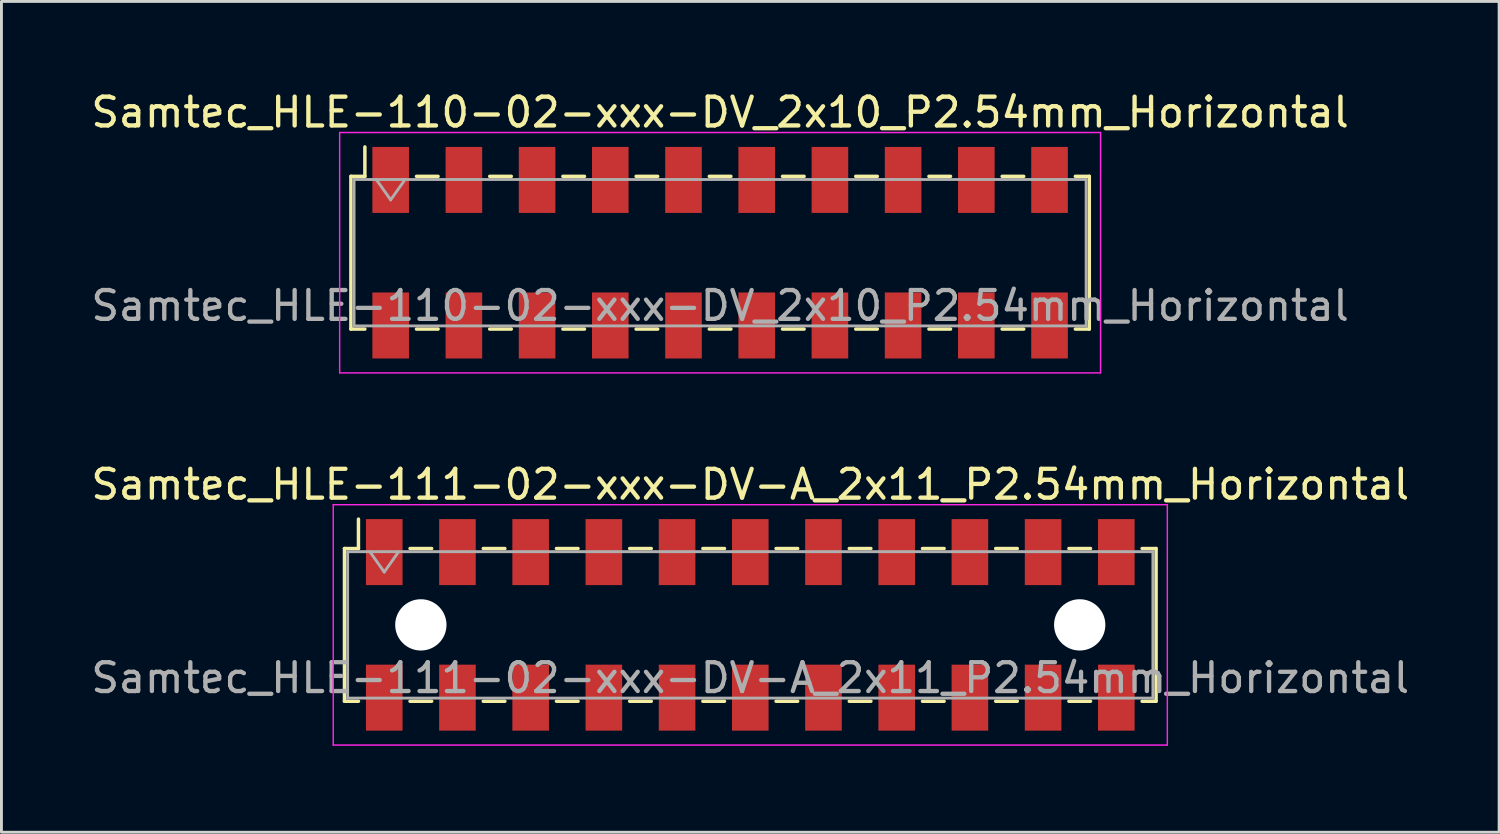
<source format=kicad_pcb>
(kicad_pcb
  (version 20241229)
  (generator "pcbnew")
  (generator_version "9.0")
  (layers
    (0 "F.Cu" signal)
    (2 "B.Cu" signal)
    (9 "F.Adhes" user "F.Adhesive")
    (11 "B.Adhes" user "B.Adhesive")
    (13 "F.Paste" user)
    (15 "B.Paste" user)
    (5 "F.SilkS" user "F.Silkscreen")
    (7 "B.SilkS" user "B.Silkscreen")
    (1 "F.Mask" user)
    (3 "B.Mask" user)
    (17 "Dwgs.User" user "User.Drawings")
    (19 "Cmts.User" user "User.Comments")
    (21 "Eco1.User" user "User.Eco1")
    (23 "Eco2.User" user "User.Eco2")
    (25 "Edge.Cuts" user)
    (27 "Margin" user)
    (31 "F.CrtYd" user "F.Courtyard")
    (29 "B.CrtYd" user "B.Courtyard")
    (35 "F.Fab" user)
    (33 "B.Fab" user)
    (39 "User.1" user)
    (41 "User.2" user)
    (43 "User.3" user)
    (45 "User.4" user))
  (footprint "Samtec_HLE-110-02-xxx-DV_2x10_P2.54mm_Horizontal"
    (layer "F.Cu")
    (at 21.935 5.718)
    (property "Reference" "Samtec_HLE-110-02-xxx-DV_2x10_P2.54mm_Horizontal" (at 0 -4.87 0) (layer "F.SilkS") (effects (font (size 1 1) (thickness 0.15))))
    (attr smd)
    (fp_line (start -12.81 -2.65) (end -12.81 2.65) (stroke (width 0.12) (type solid)) (layer "F.SilkS"))
    (fp_line (start -12.81 2.65) (end -12.325 2.65) (stroke (width 0.12) (type solid)) (layer "F.SilkS"))
    (fp_line (start -12.325 -3.67) (end -12.325 -2.65) (stroke (width 0.12) (type solid)) (layer "F.SilkS"))
    (fp_line (start -12.325 -2.65) (end -12.81 -2.65) (stroke (width 0.12) (type solid)) (layer "F.SilkS"))
    (fp_line (start -10.535 -2.65) (end -9.785 -2.65) (stroke (width 0.12) (type solid)) (layer "F.SilkS"))
    (fp_line (start -10.535 2.65) (end -9.785 2.65) (stroke (width 0.12) (type solid)) (layer "F.SilkS"))
    (fp_line (start -7.995 -2.65) (end -7.245 -2.65) (stroke (width 0.12) (type solid)) (layer "F.SilkS"))
    (fp_line (start -7.995 2.65) (end -7.245 2.65) (stroke (width 0.12) (type solid)) (layer "F.SilkS"))
    (fp_line (start -5.455 -2.65) (end -4.705 -2.65) (stroke (width 0.12) (type solid)) (layer "F.SilkS"))
    (fp_line (start -5.455 2.65) (end -4.705 2.65) (stroke (width 0.12) (type solid)) (layer "F.SilkS"))
    (fp_line (start -2.915 -2.65) (end -2.165 -2.65) (stroke (width 0.12) (type solid)) (layer "F.SilkS"))
    (fp_line (start -2.915 2.65) (end -2.165 2.65) (stroke (width 0.12) (type solid)) (layer "F.SilkS"))
    (fp_line (start -0.375 -2.65) (end 0.375 -2.65) (stroke (width 0.12) (type solid)) (layer "F.SilkS"))
    (fp_line (start -0.375 2.65) (end 0.375 2.65) (stroke (width 0.12) (type solid)) (layer "F.SilkS"))
    (fp_line (start 2.165 -2.65) (end 2.915 -2.65) (stroke (width 0.12) (type solid)) (layer "F.SilkS"))
    (fp_line (start 2.165 2.65) (end 2.915 2.65) (stroke (width 0.12) (type solid)) (layer "F.SilkS"))
    (fp_line (start 4.705 -2.65) (end 5.455 -2.65) (stroke (width 0.12) (type solid)) (layer "F.SilkS"))
    (fp_line (start 4.705 2.65) (end 5.455 2.65) (stroke (width 0.12) (type solid)) (layer "F.SilkS"))
    (fp_line (start 7.245 -2.65) (end 7.995 -2.65) (stroke (width 0.12) (type solid)) (layer "F.SilkS"))
    (fp_line (start 7.245 2.65) (end 7.995 2.65) (stroke (width 0.12) (type solid)) (layer "F.SilkS"))
    (fp_line (start 9.785 -2.65) (end 10.535 -2.65) (stroke (width 0.12) (type solid)) (layer "F.SilkS"))
    (fp_line (start 9.785 2.65) (end 10.535 2.65) (stroke (width 0.12) (type solid)) (layer "F.SilkS"))
    (fp_line (start 12.325 -2.65) (end 12.81 -2.65) (stroke (width 0.12) (type solid)) (layer "F.SilkS"))
    (fp_line (start 12.81 -2.65) (end 12.81 2.65) (stroke (width 0.12) (type solid)) (layer "F.SilkS"))
    (fp_line (start 12.81 2.65) (end 12.325 2.65) (stroke (width 0.12) (type solid)) (layer "F.SilkS"))
    (fp_line (start -13.2 -4.17) (end 13.2 -4.17) (stroke (width 0.05) (type solid)) (layer "F.CrtYd"))
    (fp_line (start -13.2 4.17) (end -13.2 -4.17) (stroke (width 0.05) (type solid)) (layer "F.CrtYd"))
    (fp_line (start 13.2 -4.17) (end 13.2 4.17) (stroke (width 0.05) (type solid)) (layer "F.CrtYd"))
    (fp_line (start 13.2 4.17) (end -13.2 4.17) (stroke (width 0.05) (type solid)) (layer "F.CrtYd"))
    (fp_line (start -12.7 -2.54) (end 12.7 -2.54) (stroke (width 0.1) (type solid)) (layer "F.Fab"))
    (fp_line (start -12.7 2.54) (end -12.7 -2.54) (stroke (width 0.1) (type solid)) (layer "F.Fab"))
    (fp_line (start -11.93 -2.54) (end -11.43 -1.833) (stroke (width 0.1) (type solid)) (layer "F.Fab"))
    (fp_line (start -11.43 -1.833) (end -10.93 -2.54) (stroke (width 0.1) (type solid)) (layer "F.Fab"))
    (fp_line (start 12.7 -2.54) (end 12.7 2.54) (stroke (width 0.1) (type solid)) (layer "F.Fab"))
    (fp_line (start 12.7 2.54) (end -12.7 2.54) (stroke (width 0.1) (type solid)) (layer "F.Fab"))
    (fp_text user "${REFERENCE}" (at 0 1.84 0) (layer "F.Fab") (effects (font (size 1 1) (thickness 0.15))))
    (pad "1" smd rect (at -11.43 -2.525) (size 1.27 2.29) (layers "F.Cu" "F.Mask" "F.Paste"))
    (pad "2" smd rect (at -11.43 2.525) (size 1.27 2.29) (layers "F.Cu" "F.Mask" "F.Paste"))
    (pad "3" smd rect (at -8.89 -2.525) (size 1.27 2.29) (layers "F.Cu" "F.Mask" "F.Paste"))
    (pad "4" smd rect (at -8.89 2.525) (size 1.27 2.29) (layers "F.Cu" "F.Mask" "F.Paste"))
    (pad "5" smd rect (at -6.35 -2.525) (size 1.27 2.29) (layers "F.Cu" "F.Mask" "F.Paste"))
    (pad "6" smd rect (at -6.35 2.525) (size 1.27 2.29) (layers "F.Cu" "F.Mask" "F.Paste"))
    (pad "7" smd rect (at -3.81 -2.525) (size 1.27 2.29) (layers "F.Cu" "F.Mask" "F.Paste"))
    (pad "8" smd rect (at -3.81 2.525) (size 1.27 2.29) (layers "F.Cu" "F.Mask" "F.Paste"))
    (pad "9" smd rect (at -1.27 -2.525) (size 1.27 2.29) (layers "F.Cu" "F.Mask" "F.Paste"))
    (pad "10" smd rect (at -1.27 2.525) (size 1.27 2.29) (layers "F.Cu" "F.Mask" "F.Paste"))
    (pad "11" smd rect (at 1.27 -2.525) (size 1.27 2.29) (layers "F.Cu" "F.Mask" "F.Paste"))
    (pad "12" smd rect (at 1.27 2.525) (size 1.27 2.29) (layers "F.Cu" "F.Mask" "F.Paste"))
    (pad "13" smd rect (at 3.81 -2.525) (size 1.27 2.29) (layers "F.Cu" "F.Mask" "F.Paste"))
    (pad "14" smd rect (at 3.81 2.525) (size 1.27 2.29) (layers "F.Cu" "F.Mask" "F.Paste"))
    (pad "15" smd rect (at 6.35 -2.525) (size 1.27 2.29) (layers "F.Cu" "F.Mask" "F.Paste"))
    (pad "16" smd rect (at 6.35 2.525) (size 1.27 2.29) (layers "F.Cu" "F.Mask" "F.Paste"))
    (pad "17" smd rect (at 8.89 -2.525) (size 1.27 2.29) (layers "F.Cu" "F.Mask" "F.Paste"))
    (pad "18" smd rect (at 8.89 2.525) (size 1.27 2.29) (layers "F.Cu" "F.Mask" "F.Paste"))
    (pad "19" smd rect (at 11.43 -2.525) (size 1.27 2.29) (layers "F.Cu" "F.Mask" "F.Paste"))
    (pad "20" smd rect (at 11.43 2.525) (size 1.27 2.29) (layers "F.Cu" "F.Mask" "F.Paste")))
  (footprint "Samtec_HLE-111-02-xxx-DV-A_2x11_P2.54mm_Horizontal"
    (layer "F.Cu")
    (at 22.982 18.631)
    (property "Reference" "Samtec_HLE-111-02-xxx-DV-A_2x11_P2.54mm_Horizontal" (at 0 -4.87 0) (layer "F.SilkS") (effects (font (size 1 1) (thickness 0.15))))
    (attr smd)
    (fp_line (start -14.08 -2.65) (end -14.08 2.65) (stroke (width 0.12) (type solid)) (layer "F.SilkS"))
    (fp_line (start -14.08 2.65) (end -13.595 2.65) (stroke (width 0.12) (type solid)) (layer "F.SilkS"))
    (fp_line (start -13.595 -3.67) (end -13.595 -2.65) (stroke (width 0.12) (type solid)) (layer "F.SilkS"))
    (fp_line (start -13.595 -2.65) (end -14.08 -2.65) (stroke (width 0.12) (type solid)) (layer "F.SilkS"))
    (fp_line (start -11.805 -2.65) (end -11.055 -2.65) (stroke (width 0.12) (type solid)) (layer "F.SilkS"))
    (fp_line (start -11.805 2.65) (end -11.055 2.65) (stroke (width 0.12) (type solid)) (layer "F.SilkS"))
    (fp_line (start -9.265 -2.65) (end -8.515 -2.65) (stroke (width 0.12) (type solid)) (layer "F.SilkS"))
    (fp_line (start -9.265 2.65) (end -8.515 2.65) (stroke (width 0.12) (type solid)) (layer "F.SilkS"))
    (fp_line (start -6.725 -2.65) (end -5.975 -2.65) (stroke (width 0.12) (type solid)) (layer "F.SilkS"))
    (fp_line (start -6.725 2.65) (end -5.975 2.65) (stroke (width 0.12) (type solid)) (layer "F.SilkS"))
    (fp_line (start -4.185 -2.65) (end -3.435 -2.65) (stroke (width 0.12) (type solid)) (layer "F.SilkS"))
    (fp_line (start -4.185 2.65) (end -3.435 2.65) (stroke (width 0.12) (type solid)) (layer "F.SilkS"))
    (fp_line (start -1.645 -2.65) (end -0.895 -2.65) (stroke (width 0.12) (type solid)) (layer "F.SilkS"))
    (fp_line (start -1.645 2.65) (end -0.895 2.65) (stroke (width 0.12) (type solid)) (layer "F.SilkS"))
    (fp_line (start 0.895 -2.65) (end 1.645 -2.65) (stroke (width 0.12) (type solid)) (layer "F.SilkS"))
    (fp_line (start 0.895 2.65) (end 1.645 2.65) (stroke (width 0.12) (type solid)) (layer "F.SilkS"))
    (fp_line (start 3.435 -2.65) (end 4.185 -2.65) (stroke (width 0.12) (type solid)) (layer "F.SilkS"))
    (fp_line (start 3.435 2.65) (end 4.185 2.65) (stroke (width 0.12) (type solid)) (layer "F.SilkS"))
    (fp_line (start 5.975 -2.65) (end 6.725 -2.65) (stroke (width 0.12) (type solid)) (layer "F.SilkS"))
    (fp_line (start 5.975 2.65) (end 6.725 2.65) (stroke (width 0.12) (type solid)) (layer "F.SilkS"))
    (fp_line (start 8.515 -2.65) (end 9.265 -2.65) (stroke (width 0.12) (type solid)) (layer "F.SilkS"))
    (fp_line (start 8.515 2.65) (end 9.265 2.65) (stroke (width 0.12) (type solid)) (layer "F.SilkS"))
    (fp_line (start 11.055 -2.65) (end 11.805 -2.65) (stroke (width 0.12) (type solid)) (layer "F.SilkS"))
    (fp_line (start 11.055 2.65) (end 11.805 2.65) (stroke (width 0.12) (type solid)) (layer "F.SilkS"))
    (fp_line (start 13.595 -2.65) (end 14.08 -2.65) (stroke (width 0.12) (type solid)) (layer "F.SilkS"))
    (fp_line (start 14.08 -2.65) (end 14.08 2.65) (stroke (width 0.12) (type solid)) (layer "F.SilkS"))
    (fp_line (start 14.08 2.65) (end 13.595 2.65) (stroke (width 0.12) (type solid)) (layer "F.SilkS"))
    (fp_line (start -14.47 -4.17) (end 14.47 -4.17) (stroke (width 0.05) (type solid)) (layer "F.CrtYd"))
    (fp_line (start -14.47 4.17) (end -14.47 -4.17) (stroke (width 0.05) (type solid)) (layer "F.CrtYd"))
    (fp_line (start 14.47 -4.17) (end 14.47 4.17) (stroke (width 0.05) (type solid)) (layer "F.CrtYd"))
    (fp_line (start 14.47 4.17) (end -14.47 4.17) (stroke (width 0.05) (type solid)) (layer "F.CrtYd"))
    (fp_line (start -13.97 -2.54) (end 13.97 -2.54) (stroke (width 0.1) (type solid)) (layer "F.Fab"))
    (fp_line (start -13.97 2.54) (end -13.97 -2.54) (stroke (width 0.1) (type solid)) (layer "F.Fab"))
    (fp_line (start -13.2 -2.54) (end -12.7 -1.833) (stroke (width 0.1) (type solid)) (layer "F.Fab"))
    (fp_line (start -12.7 -1.833) (end -12.2 -2.54) (stroke (width 0.1) (type solid)) (layer "F.Fab"))
    (fp_line (start 13.97 -2.54) (end 13.97 2.54) (stroke (width 0.1) (type solid)) (layer "F.Fab"))
    (fp_line (start 13.97 2.54) (end -13.97 2.54) (stroke (width 0.1) (type solid)) (layer "F.Fab"))
    (fp_text user "${REFERENCE}" (at 0 1.84 0) (layer "F.Fab") (effects (font (size 1 1) (thickness 0.15))))
    (pad "" np_thru_hole circle (at -11.43 0) (size 1.78 1.78) (drill 1.78) (layers "*.Cu" "*.Mask"))
    (pad "" np_thru_hole circle (at 11.43 0) (size 1.78 1.78) (drill 1.78) (layers "*.Cu" "*.Mask"))
    (pad "1" smd rect (at -12.7 -2.525) (size 1.27 2.29) (layers "F.Cu" "F.Mask" "F.Paste"))
    (pad "2" smd rect (at -12.7 2.525) (size 1.27 2.29) (layers "F.Cu" "F.Mask" "F.Paste"))
    (pad "3" smd rect (at -10.16 -2.525) (size 1.27 2.29) (layers "F.Cu" "F.Mask" "F.Paste"))
    (pad "4" smd rect (at -10.16 2.525) (size 1.27 2.29) (layers "F.Cu" "F.Mask" "F.Paste"))
    (pad "5" smd rect (at -7.62 -2.525) (size 1.27 2.29) (layers "F.Cu" "F.Mask" "F.Paste"))
    (pad "6" smd rect (at -7.62 2.525) (size 1.27 2.29) (layers "F.Cu" "F.Mask" "F.Paste"))
    (pad "7" smd rect (at -5.08 -2.525) (size 1.27 2.29) (layers "F.Cu" "F.Mask" "F.Paste"))
    (pad "8" smd rect (at -5.08 2.525) (size 1.27 2.29) (layers "F.Cu" "F.Mask" "F.Paste"))
    (pad "9" smd rect (at -2.54 -2.525) (size 1.27 2.29) (layers "F.Cu" "F.Mask" "F.Paste"))
    (pad "10" smd rect (at -2.54 2.525) (size 1.27 2.29) (layers "F.Cu" "F.Mask" "F.Paste"))
    (pad "11" smd rect (at 0 -2.525) (size 1.27 2.29) (layers "F.Cu" "F.Mask" "F.Paste"))
    (pad "12" smd rect (at 0 2.525) (size 1.27 2.29) (layers "F.Cu" "F.Mask" "F.Paste"))
    (pad "13" smd rect (at 2.54 -2.525) (size 1.27 2.29) (layers "F.Cu" "F.Mask" "F.Paste"))
    (pad "14" smd rect (at 2.54 2.525) (size 1.27 2.29) (layers "F.Cu" "F.Mask" "F.Paste"))
    (pad "15" smd rect (at 5.08 -2.525) (size 1.27 2.29) (layers "F.Cu" "F.Mask" "F.Paste"))
    (pad "16" smd rect (at 5.08 2.525) (size 1.27 2.29) (layers "F.Cu" "F.Mask" "F.Paste"))
    (pad "17" smd rect (at 7.62 -2.525) (size 1.27 2.29) (layers "F.Cu" "F.Mask" "F.Paste"))
    (pad "18" smd rect (at 7.62 2.525) (size 1.27 2.29) (layers "F.Cu" "F.Mask" "F.Paste"))
    (pad "19" smd rect (at 10.16 -2.525) (size 1.27 2.29) (layers "F.Cu" "F.Mask" "F.Paste"))
    (pad "20" smd rect (at 10.16 2.525) (size 1.27 2.29) (layers "F.Cu" "F.Mask" "F.Paste"))
    (pad "21" smd rect (at 12.7 -2.525) (size 1.27 2.29) (layers "F.Cu" "F.Mask" "F.Paste"))
    (pad "22" smd rect (at 12.7 2.525) (size 1.27 2.29) (layers "F.Cu" "F.Mask" "F.Paste")))
  (gr_rect
    (start -3 -3)
    (end 48.964 25.826)
    (stroke (width 0.1) (type default))
    (fill no)
    (layer "Edge.Cuts")))
</source>
